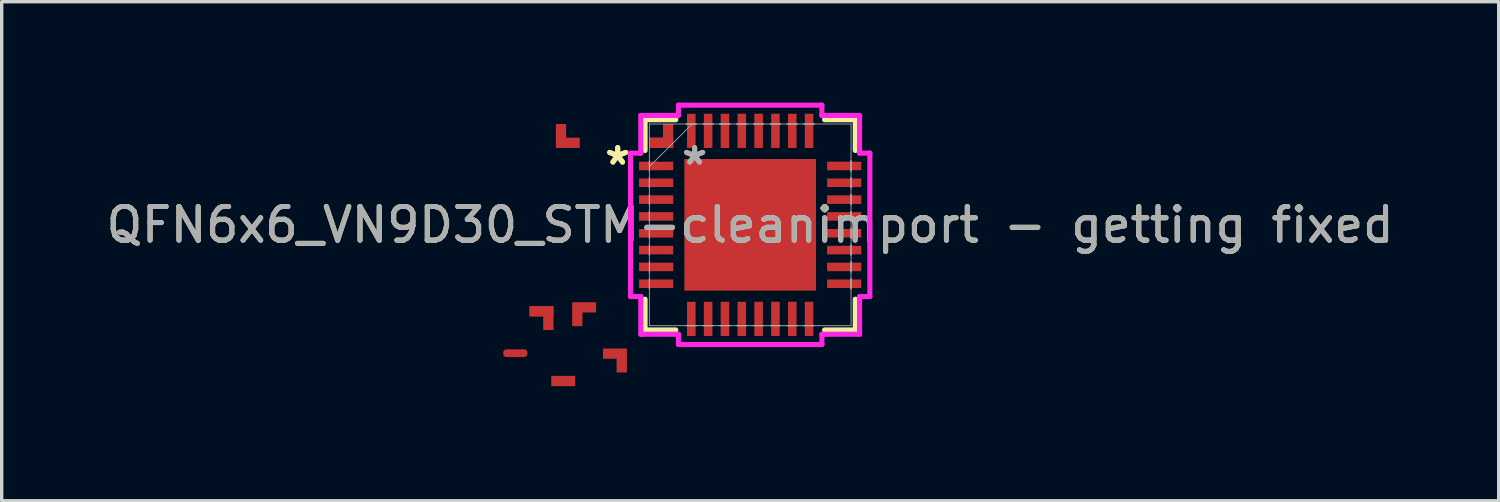
<source format=kicad_pcb>
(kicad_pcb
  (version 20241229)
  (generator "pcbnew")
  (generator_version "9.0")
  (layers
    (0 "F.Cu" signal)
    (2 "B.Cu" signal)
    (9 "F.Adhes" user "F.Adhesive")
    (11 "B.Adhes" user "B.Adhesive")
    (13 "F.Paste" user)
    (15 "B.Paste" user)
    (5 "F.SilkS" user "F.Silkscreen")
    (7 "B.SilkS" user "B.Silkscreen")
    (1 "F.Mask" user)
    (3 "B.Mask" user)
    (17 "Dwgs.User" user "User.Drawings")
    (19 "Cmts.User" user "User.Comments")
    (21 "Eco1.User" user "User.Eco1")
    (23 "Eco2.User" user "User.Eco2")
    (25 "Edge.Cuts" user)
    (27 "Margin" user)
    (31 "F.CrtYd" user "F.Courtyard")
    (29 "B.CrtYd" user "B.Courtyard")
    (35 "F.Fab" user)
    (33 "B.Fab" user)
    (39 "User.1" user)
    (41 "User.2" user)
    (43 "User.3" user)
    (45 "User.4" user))
  (footprint "QFN6x6_VN9D30_STM-cleanimport - getting fixed"
    (layer "F.Cu")
    (at 19.244 3.632)
    (property "Reference" "QFN6x6_VN9D30_STM-cleanimport - getting fixed" (at 0 0 0) (unlocked yes) (layer "F.SilkS") (effects (font (size 1 1) (thickness 0.15))))
    (attr smd)
    (fp_rect (start -7.24 3.8) (end -6.72 3.83) (stroke (width 0.2) (type default)) (fill no) (layer "F.Cu"))
    (fp_poly (pts (xy -5.845 2.415) (xy -5.845 3.126) (xy -6.15 3.126) (xy -6.15 2.72) (xy -6.556 2.72) (xy -6.556 2.415)) (stroke (width 0) (type solid)) (fill yes) (layer "F.Cu"))
    (fp_poly (pts (xy -5.775 -2.285) (xy -5.775 -2.996) (xy -5.47 -2.996) (xy -5.47 -2.59) (xy -5.064 -2.59) (xy -5.064 -2.285)) (stroke (width 0) (type solid)) (fill yes) (layer "F.Cu"))
    (fp_poly (pts (xy -5.29 2.3) (xy -5.29 3.011) (xy -4.985 3.011) (xy -4.985 2.605) (xy -4.579 2.605) (xy -4.579 2.3)) (stroke (width 0) (type solid)) (fill yes) (layer "F.Cu"))
    (fp_poly (pts (xy -3.665 3.675) (xy -3.665 4.386) (xy -3.97 4.386) (xy -3.97 3.98) (xy -4.376 3.98) (xy -4.376 3.675)) (stroke (width 0) (type solid)) (fill yes) (layer "F.Cu"))
    (fp_poly (pts (xy -2.286 -2.286) (xy -2.286 -2.997) (xy -2.591 -2.997) (xy -2.591 -2.591) (xy -2.997 -2.591) (xy -2.997 -2.286)) (stroke (width 0) (type solid)) (fill yes) (layer "F.Cu"))
    (fp_poly (pts (xy -5.845 2.415) (xy -5.845 3.126) (xy -6.15 3.126) (xy -6.15 2.72) (xy -6.556 2.72) (xy -6.556 2.415)) (stroke (width 0) (type solid)) (fill yes) (layer "F.Mask"))
    (fp_poly (pts (xy -5.2 4.489) (xy -5.2 5.2) (xy -5.505 5.2) (xy -5.505 4.794) (xy -5.911 4.794) (xy -5.911 4.489)) (stroke (width 0) (type solid)) (fill yes) (layer "F.Mask"))
    (fp_poly (pts (xy -3.665 3.675) (xy -3.665 4.386) (xy -3.97 4.386) (xy -3.97 3.98) (xy -4.376 3.98) (xy -4.376 3.675)) (stroke (width 0) (type solid)) (fill yes) (layer "F.Mask"))
    (fp_line (start -3.124 -3.124) (end -3.124 -2.21) (stroke (width 0.152) (type solid)) (layer "F.SilkS"))
    (fp_line (start -3.124 2.21) (end -3.124 3.124) (stroke (width 0.152) (type solid)) (layer "F.SilkS"))
    (fp_line (start -3.124 3.124) (end -2.21 3.124) (stroke (width 0.152) (type solid)) (layer "F.SilkS"))
    (fp_line (start -2.21 -3.124) (end -3.124 -3.124) (stroke (width 0.152) (type solid)) (layer "F.SilkS"))
    (fp_line (start 2.21 3.124) (end 3.124 3.124) (stroke (width 0.152) (type solid)) (layer "F.SilkS"))
    (fp_line (start 3.124 -3.124) (end 2.21 -3.124) (stroke (width 0.152) (type solid)) (layer "F.SilkS"))
    (fp_line (start 3.124 -2.21) (end 3.124 -3.124) (stroke (width 0.152) (type solid)) (layer "F.SilkS"))
    (fp_line (start 3.124 3.124) (end 3.124 2.21) (stroke (width 0.152) (type solid)) (layer "F.SilkS"))
    (fp_poly (pts (xy -5.845 2.415) (xy -5.845 3.126) (xy -6.15 3.126) (xy -6.15 2.72) (xy -6.556 2.72) (xy -6.556 2.415)) (stroke (width 0) (type solid)) (fill yes) (layer "F.Paste"))
    (fp_poly (pts (xy -3.665 3.675) (xy -3.665 4.386) (xy -3.97 4.386) (xy -3.97 3.98) (xy -4.376 3.98) (xy -4.376 3.675)) (stroke (width 0) (type solid)) (fill yes) (layer "F.Paste"))
    (fp_line (start -3.556 -2.131) (end -3.251 -2.131) (stroke (width 0.152) (type solid)) (layer "F.CrtYd"))
    (fp_line (start -3.556 2.131) (end -3.556 -2.131) (stroke (width 0.152) (type solid)) (layer "F.CrtYd"))
    (fp_line (start -3.251 -3.251) (end -2.131 -3.251) (stroke (width 0.152) (type solid)) (layer "F.CrtYd"))
    (fp_line (start -3.251 -2.131) (end -3.251 -3.251) (stroke (width 0.152) (type solid)) (layer "F.CrtYd"))
    (fp_line (start -3.251 2.131) (end -3.556 2.131) (stroke (width 0.152) (type solid)) (layer "F.CrtYd"))
    (fp_line (start -3.251 3.251) (end -3.251 2.131) (stroke (width 0.152) (type solid)) (layer "F.CrtYd"))
    (fp_line (start -2.131 -3.556) (end 2.131 -3.556) (stroke (width 0.152) (type solid)) (layer "F.CrtYd"))
    (fp_line (start -2.131 -3.251) (end -2.131 -3.556) (stroke (width 0.152) (type solid)) (layer "F.CrtYd"))
    (fp_line (start -2.131 3.251) (end -3.251 3.251) (stroke (width 0.152) (type solid)) (layer "F.CrtYd"))
    (fp_line (start -2.131 3.556) (end -2.131 3.251) (stroke (width 0.152) (type solid)) (layer "F.CrtYd"))
    (fp_line (start 2.131 -3.556) (end 2.131 -3.251) (stroke (width 0.152) (type solid)) (layer "F.CrtYd"))
    (fp_line (start 2.131 -3.251) (end 3.251 -3.251) (stroke (width 0.152) (type solid)) (layer "F.CrtYd"))
    (fp_line (start 2.131 3.251) (end 2.131 3.556) (stroke (width 0.152) (type solid)) (layer "F.CrtYd"))
    (fp_line (start 2.131 3.556) (end -2.131 3.556) (stroke (width 0.152) (type solid)) (layer "F.CrtYd"))
    (fp_line (start 3.251 -3.251) (end 3.251 -2.131) (stroke (width 0.152) (type solid)) (layer "F.CrtYd"))
    (fp_line (start 3.251 -2.131) (end 3.556 -2.131) (stroke (width 0.152) (type solid)) (layer "F.CrtYd"))
    (fp_line (start 3.251 2.131) (end 3.251 3.251) (stroke (width 0.152) (type solid)) (layer "F.CrtYd"))
    (fp_line (start 3.251 3.251) (end 2.131 3.251) (stroke (width 0.152) (type solid)) (layer "F.CrtYd"))
    (fp_line (start 3.556 -2.131) (end 3.556 2.131) (stroke (width 0.152) (type solid)) (layer "F.CrtYd"))
    (fp_line (start 3.556 2.131) (end 3.251 2.131) (stroke (width 0.152) (type solid)) (layer "F.CrtYd"))
    (fp_line (start -2.997 -2.997) (end -2.997 2.997) (stroke (width 0.025) (type solid)) (layer "F.Fab"))
    (fp_line (start -2.997 -1.903) (end -2.997 -1.903) (stroke (width 0.025) (type solid)) (layer "F.Fab"))
    (fp_line (start -2.997 -1.903) (end -2.997 -1.598) (stroke (width 0.025) (type solid)) (layer "F.Fab"))
    (fp_line (start -2.997 -1.727) (end -1.727 -2.997) (stroke (width 0.025) (type solid)) (layer "F.Fab"))
    (fp_line (start -2.997 -1.598) (end -2.997 -1.903) (stroke (width 0.025) (type solid)) (layer "F.Fab"))
    (fp_line (start -2.997 -1.598) (end -2.997 -1.598) (stroke (width 0.025) (type solid)) (layer "F.Fab"))
    (fp_line (start -2.997 -1.403) (end -2.997 -1.403) (stroke (width 0.025) (type solid)) (layer "F.Fab"))
    (fp_line (start -2.997 -1.403) (end -2.997 -1.098) (stroke (width 0.025) (type solid)) (layer "F.Fab"))
    (fp_line (start -2.997 -1.098) (end -2.997 -1.403) (stroke (width 0.025) (type solid)) (layer "F.Fab"))
    (fp_line (start -2.997 -1.098) (end -2.997 -1.098) (stroke (width 0.025) (type solid)) (layer "F.Fab"))
    (fp_line (start -2.997 -0.903) (end -2.997 -0.903) (stroke (width 0.025) (type solid)) (layer "F.Fab"))
    (fp_line (start -2.997 -0.903) (end -2.997 -0.598) (stroke (width 0.025) (type solid)) (layer "F.Fab"))
    (fp_line (start -2.997 -0.598) (end -2.997 -0.903) (stroke (width 0.025) (type solid)) (layer "F.Fab"))
    (fp_line (start -2.997 -0.598) (end -2.997 -0.598) (stroke (width 0.025) (type solid)) (layer "F.Fab"))
    (fp_line (start -2.997 -0.402) (end -2.997 -0.402) (stroke (width 0.025) (type solid)) (layer "F.Fab"))
    (fp_line (start -2.997 -0.402) (end -2.997 -0.098) (stroke (width 0.025) (type solid)) (layer "F.Fab"))
    (fp_line (start -2.997 -0.098) (end -2.997 -0.402) (stroke (width 0.025) (type solid)) (layer "F.Fab"))
    (fp_line (start -2.997 -0.098) (end -2.997 -0.098) (stroke (width 0.025) (type solid)) (layer "F.Fab"))
    (fp_line (start -2.997 0.098) (end -2.997 0.098) (stroke (width 0.025) (type solid)) (layer "F.Fab"))
    (fp_line (start -2.997 0.098) (end -2.997 0.402) (stroke (width 0.025) (type solid)) (layer "F.Fab"))
    (fp_line (start -2.997 0.402) (end -2.997 0.098) (stroke (width 0.025) (type solid)) (layer "F.Fab"))
    (fp_line (start -2.997 0.402) (end -2.997 0.402) (stroke (width 0.025) (type solid)) (layer "F.Fab"))
    (fp_line (start -2.997 0.598) (end -2.997 0.598) (stroke (width 0.025) (type solid)) (layer "F.Fab"))
    (fp_line (start -2.997 0.598) (end -2.997 0.903) (stroke (width 0.025) (type solid)) (layer "F.Fab"))
    (fp_line (start -2.997 0.903) (end -2.997 0.598) (stroke (width 0.025) (type solid)) (layer "F.Fab"))
    (fp_line (start -2.997 0.903) (end -2.997 0.903) (stroke (width 0.025) (type solid)) (layer "F.Fab"))
    (fp_line (start -2.997 1.098) (end -2.997 1.098) (stroke (width 0.025) (type solid)) (layer "F.Fab"))
    (fp_line (start -2.997 1.098) (end -2.997 1.403) (stroke (width 0.025) (type solid)) (layer "F.Fab"))
    (fp_line (start -2.997 1.403) (end -2.997 1.098) (stroke (width 0.025) (type solid)) (layer "F.Fab"))
    (fp_line (start -2.997 1.403) (end -2.997 1.403) (stroke (width 0.025) (type solid)) (layer "F.Fab"))
    (fp_line (start -2.997 1.598) (end -2.997 1.598) (stroke (width 0.025) (type solid)) (layer "F.Fab"))
    (fp_line (start -2.997 1.598) (end -2.997 1.903) (stroke (width 0.025) (type solid)) (layer "F.Fab"))
    (fp_line (start -2.997 1.903) (end -2.997 1.598) (stroke (width 0.025) (type solid)) (layer "F.Fab"))
    (fp_line (start -2.997 1.903) (end -2.997 1.903) (stroke (width 0.025) (type solid)) (layer "F.Fab"))
    (fp_line (start -2.997 2.997) (end 2.997 2.997) (stroke (width 0.025) (type solid)) (layer "F.Fab"))
    (fp_line (start -1.903 -2.997) (end -1.903 -2.997) (stroke (width 0.025) (type solid)) (layer "F.Fab"))
    (fp_line (start -1.903 -2.997) (end -1.598 -2.997) (stroke (width 0.025) (type solid)) (layer "F.Fab"))
    (fp_line (start -1.903 2.997) (end -1.903 2.997) (stroke (width 0.025) (type solid)) (layer "F.Fab"))
    (fp_line (start -1.903 2.997) (end -1.598 2.997) (stroke (width 0.025) (type solid)) (layer "F.Fab"))
    (fp_line (start -1.598 -2.997) (end -1.903 -2.997) (stroke (width 0.025) (type solid)) (layer "F.Fab"))
    (fp_line (start -1.598 -2.997) (end -1.598 -2.997) (stroke (width 0.025) (type solid)) (layer "F.Fab"))
    (fp_line (start -1.598 2.997) (end -1.903 2.997) (stroke (width 0.025) (type solid)) (layer "F.Fab"))
    (fp_line (start -1.598 2.997) (end -1.598 2.997) (stroke (width 0.025) (type solid)) (layer "F.Fab"))
    (fp_line (start -1.403 -2.997) (end -1.403 -2.997) (stroke (width 0.025) (type solid)) (layer "F.Fab"))
    (fp_line (start -1.403 -2.997) (end -1.098 -2.997) (stroke (width 0.025) (type solid)) (layer "F.Fab"))
    (fp_line (start -1.403 2.997) (end -1.403 2.997) (stroke (width 0.025) (type solid)) (layer "F.Fab"))
    (fp_line (start -1.403 2.997) (end -1.098 2.997) (stroke (width 0.025) (type solid)) (layer "F.Fab"))
    (fp_line (start -1.098 -2.997) (end -1.403 -2.997) (stroke (width 0.025) (type solid)) (layer "F.Fab"))
    (fp_line (start -1.098 -2.997) (end -1.098 -2.997) (stroke (width 0.025) (type solid)) (layer "F.Fab"))
    (fp_line (start -1.098 2.997) (end -1.403 2.997) (stroke (width 0.025) (type solid)) (layer "F.Fab"))
    (fp_line (start -1.098 2.997) (end -1.098 2.997) (stroke (width 0.025) (type solid)) (layer "F.Fab"))
    (fp_line (start -0.903 -2.997) (end -0.903 -2.997) (stroke (width 0.025) (type solid)) (layer "F.Fab"))
    (fp_line (start -0.903 -2.997) (end -0.598 -2.997) (stroke (width 0.025) (type solid)) (layer "F.Fab"))
    (fp_line (start -0.903 2.997) (end -0.903 2.997) (stroke (width 0.025) (type solid)) (layer "F.Fab"))
    (fp_line (start -0.903 2.997) (end -0.598 2.997) (stroke (width 0.025) (type solid)) (layer "F.Fab"))
    (fp_line (start -0.598 -2.997) (end -0.903 -2.997) (stroke (width 0.025) (type solid)) (layer "F.Fab"))
    (fp_line (start -0.598 -2.997) (end -0.598 -2.997) (stroke (width 0.025) (type solid)) (layer "F.Fab"))
    (fp_line (start -0.598 2.997) (end -0.903 2.997) (stroke (width 0.025) (type solid)) (layer "F.Fab"))
    (fp_line (start -0.598 2.997) (end -0.598 2.997) (stroke (width 0.025) (type solid)) (layer "F.Fab"))
    (fp_line (start -0.402 -2.997) (end -0.402 -2.997) (stroke (width 0.025) (type solid)) (layer "F.Fab"))
    (fp_line (start -0.402 -2.997) (end -0.098 -2.997) (stroke (width 0.025) (type solid)) (layer "F.Fab"))
    (fp_line (start -0.402 2.997) (end -0.402 2.997) (stroke (width 0.025) (type solid)) (layer "F.Fab"))
    (fp_line (start -0.402 2.997) (end -0.098 2.997) (stroke (width 0.025) (type solid)) (layer "F.Fab"))
    (fp_line (start -0.098 -2.997) (end -0.402 -2.997) (stroke (width 0.025) (type solid)) (layer "F.Fab"))
    (fp_line (start -0.098 -2.997) (end -0.098 -2.997) (stroke (width 0.025) (type solid)) (layer "F.Fab"))
    (fp_line (start -0.098 2.997) (end -0.402 2.997) (stroke (width 0.025) (type solid)) (layer "F.Fab"))
    (fp_line (start -0.098 2.997) (end -0.098 2.997) (stroke (width 0.025) (type solid)) (layer "F.Fab"))
    (fp_line (start 0.098 -2.997) (end 0.098 -2.997) (stroke (width 0.025) (type solid)) (layer "F.Fab"))
    (fp_line (start 0.098 -2.997) (end 0.402 -2.997) (stroke (width 0.025) (type solid)) (layer "F.Fab"))
    (fp_line (start 0.098 2.997) (end 0.098 2.997) (stroke (width 0.025) (type solid)) (layer "F.Fab"))
    (fp_line (start 0.098 2.997) (end 0.402 2.997) (stroke (width 0.025) (type solid)) (layer "F.Fab"))
    (fp_line (start 0.402 -2.997) (end 0.098 -2.997) (stroke (width 0.025) (type solid)) (layer "F.Fab"))
    (fp_line (start 0.402 -2.997) (end 0.402 -2.997) (stroke (width 0.025) (type solid)) (layer "F.Fab"))
    (fp_line (start 0.402 2.997) (end 0.098 2.997) (stroke (width 0.025) (type solid)) (layer "F.Fab"))
    (fp_line (start 0.402 2.997) (end 0.402 2.997) (stroke (width 0.025) (type solid)) (layer "F.Fab"))
    (fp_line (start 0.598 -2.997) (end 0.598 -2.997) (stroke (width 0.025) (type solid)) (layer "F.Fab"))
    (fp_line (start 0.598 -2.997) (end 0.903 -2.997) (stroke (width 0.025) (type solid)) (layer "F.Fab"))
    (fp_line (start 0.598 2.997) (end 0.598 2.997) (stroke (width 0.025) (type solid)) (layer "F.Fab"))
    (fp_line (start 0.598 2.997) (end 0.903 2.997) (stroke (width 0.025) (type solid)) (layer "F.Fab"))
    (fp_line (start 0.903 -2.997) (end 0.598 -2.997) (stroke (width 0.025) (type solid)) (layer "F.Fab"))
    (fp_line (start 0.903 -2.997) (end 0.903 -2.997) (stroke (width 0.025) (type solid)) (layer "F.Fab"))
    (fp_line (start 0.903 2.997) (end 0.598 2.997) (stroke (width 0.025) (type solid)) (layer "F.Fab"))
    (fp_line (start 0.903 2.997) (end 0.903 2.997) (stroke (width 0.025) (type solid)) (layer "F.Fab"))
    (fp_line (start 1.098 -2.997) (end 1.098 -2.997) (stroke (width 0.025) (type solid)) (layer "F.Fab"))
    (fp_line (start 1.098 -2.997) (end 1.403 -2.997) (stroke (width 0.025) (type solid)) (layer "F.Fab"))
    (fp_line (start 1.098 2.997) (end 1.098 2.997) (stroke (width 0.025) (type solid)) (layer "F.Fab"))
    (fp_line (start 1.098 2.997) (end 1.403 2.997) (stroke (width 0.025) (type solid)) (layer "F.Fab"))
    (fp_line (start 1.403 -2.997) (end 1.098 -2.997) (stroke (width 0.025) (type solid)) (layer "F.Fab"))
    (fp_line (start 1.403 -2.997) (end 1.403 -2.997) (stroke (width 0.025) (type solid)) (layer "F.Fab"))
    (fp_line (start 1.403 2.997) (end 1.098 2.997) (stroke (width 0.025) (type solid)) (layer "F.Fab"))
    (fp_line (start 1.403 2.997) (end 1.403 2.997) (stroke (width 0.025) (type solid)) (layer "F.Fab"))
    (fp_line (start 1.598 -2.997) (end 1.598 -2.997) (stroke (width 0.025) (type solid)) (layer "F.Fab"))
    (fp_line (start 1.598 -2.997) (end 1.903 -2.997) (stroke (width 0.025) (type solid)) (layer "F.Fab"))
    (fp_line (start 1.598 2.997) (end 1.598 2.997) (stroke (width 0.025) (type solid)) (layer "F.Fab"))
    (fp_line (start 1.598 2.997) (end 1.903 2.997) (stroke (width 0.025) (type solid)) (layer "F.Fab"))
    (fp_line (start 1.903 -2.997) (end 1.598 -2.997) (stroke (width 0.025) (type solid)) (layer "F.Fab"))
    (fp_line (start 1.903 -2.997) (end 1.903 -2.997) (stroke (width 0.025) (type solid)) (layer "F.Fab"))
    (fp_line (start 1.903 2.997) (end 1.598 2.997) (stroke (width 0.025) (type solid)) (layer "F.Fab"))
    (fp_line (start 1.903 2.997) (end 1.903 2.997) (stroke (width 0.025) (type solid)) (layer "F.Fab"))
    (fp_line (start 2.997 -2.997) (end -2.997 -2.997) (stroke (width 0.025) (type solid)) (layer "F.Fab"))
    (fp_line (start 2.997 -1.903) (end 2.997 -1.903) (stroke (width 0.025) (type solid)) (layer "F.Fab"))
    (fp_line (start 2.997 -1.903) (end 2.997 -1.598) (stroke (width 0.025) (type solid)) (layer "F.Fab"))
    (fp_line (start 2.997 -1.598) (end 2.997 -1.903) (stroke (width 0.025) (type solid)) (layer "F.Fab"))
    (fp_line (start 2.997 -1.598) (end 2.997 -1.598) (stroke (width 0.025) (type solid)) (layer "F.Fab"))
    (fp_line (start 2.997 -1.403) (end 2.997 -1.403) (stroke (width 0.025) (type solid)) (layer "F.Fab"))
    (fp_line (start 2.997 -1.403) (end 2.997 -1.098) (stroke (width 0.025) (type solid)) (layer "F.Fab"))
    (fp_line (start 2.997 -1.098) (end 2.997 -1.403) (stroke (width 0.025) (type solid)) (layer "F.Fab"))
    (fp_line (start 2.997 -1.098) (end 2.997 -1.098) (stroke (width 0.025) (type solid)) (layer "F.Fab"))
    (fp_line (start 2.997 -0.903) (end 2.997 -0.903) (stroke (width 0.025) (type solid)) (layer "F.Fab"))
    (fp_line (start 2.997 -0.903) (end 2.997 -0.598) (stroke (width 0.025) (type solid)) (layer "F.Fab"))
    (fp_line (start 2.997 -0.598) (end 2.997 -0.903) (stroke (width 0.025) (type solid)) (layer "F.Fab"))
    (fp_line (start 2.997 -0.598) (end 2.997 -0.598) (stroke (width 0.025) (type solid)) (layer "F.Fab"))
    (fp_line (start 2.997 -0.402) (end 2.997 -0.402) (stroke (width 0.025) (type solid)) (layer "F.Fab"))
    (fp_line (start 2.997 -0.402) (end 2.997 -0.098) (stroke (width 0.025) (type solid)) (layer "F.Fab"))
    (fp_line (start 2.997 -0.098) (end 2.997 -0.402) (stroke (width 0.025) (type solid)) (layer "F.Fab"))
    (fp_line (start 2.997 -0.098) (end 2.997 -0.098) (stroke (width 0.025) (type solid)) (layer "F.Fab"))
    (fp_line (start 2.997 0.098) (end 2.997 0.098) (stroke (width 0.025) (type solid)) (layer "F.Fab"))
    (fp_line (start 2.997 0.098) (end 2.997 0.402) (stroke (width 0.025) (type solid)) (layer "F.Fab"))
    (fp_line (start 2.997 0.402) (end 2.997 0.098) (stroke (width 0.025) (type solid)) (layer "F.Fab"))
    (fp_line (start 2.997 0.402) (end 2.997 0.402) (stroke (width 0.025) (type solid)) (layer "F.Fab"))
    (fp_line (start 2.997 0.598) (end 2.997 0.598) (stroke (width 0.025) (type solid)) (layer "F.Fab"))
    (fp_line (start 2.997 0.598) (end 2.997 0.903) (stroke (width 0.025) (type solid)) (layer "F.Fab"))
    (fp_line (start 2.997 0.903) (end 2.997 0.598) (stroke (width 0.025) (type solid)) (layer "F.Fab"))
    (fp_line (start 2.997 0.903) (end 2.997 0.903) (stroke (width 0.025) (type solid)) (layer "F.Fab"))
    (fp_line (start 2.997 1.098) (end 2.997 1.098) (stroke (width 0.025) (type solid)) (layer "F.Fab"))
    (fp_line (start 2.997 1.098) (end 2.997 1.403) (stroke (width 0.025) (type solid)) (layer "F.Fab"))
    (fp_line (start 2.997 1.403) (end 2.997 1.098) (stroke (width 0.025) (type solid)) (layer "F.Fab"))
    (fp_line (start 2.997 1.403) (end 2.997 1.403) (stroke (width 0.025) (type solid)) (layer "F.Fab"))
    (fp_line (start 2.997 1.598) (end 2.997 1.598) (stroke (width 0.025) (type solid)) (layer "F.Fab"))
    (fp_line (start 2.997 1.598) (end 2.997 1.903) (stroke (width 0.025) (type solid)) (layer "F.Fab"))
    (fp_line (start 2.997 1.903) (end 2.997 1.598) (stroke (width 0.025) (type solid)) (layer "F.Fab"))
    (fp_line (start 2.997 1.903) (end 2.997 1.903) (stroke (width 0.025) (type solid)) (layer "F.Fab"))
    (fp_line (start 2.997 2.997) (end 2.997 -2.997) (stroke (width 0.025) (type solid)) (layer "F.Fab"))
    (fp_text user "*" (at -3.937 -1.75 0) (unlocked yes) (layer "F.SilkS") (effects (font (size 1 1) (thickness 0.15))))
    (fp_text user "*" (at -3.937 -1.75 0) (layer "F.SilkS") (effects (font (size 1 1) (thickness 0.15))))
    (fp_text user "${REFERENCE}" (at 0 0 0) (unlocked yes) (layer "F.Fab") (effects (font (size 1 1) (thickness 0.15))))
    (fp_text user "*" (at -1.651 -1.75 0) (unlocked yes) (layer "F.Fab") (effects (font (size 1 1) (thickness 0.15))))
    (fp_text user "*" (at -1.651 -1.75 0) (layer "F.Fab") (effects (font (size 1 1) (thickness 0.15))))
    (pad "1" smd rect (at -2.794 -1.75 90) (size 0.254 1.016) (layers "F.Cu" "F.Mask" "F.Paste"))
    (pad "2" smd rect (at -2.794 -1.25 90) (size 0.254 1.016) (layers "F.Cu" "F.Mask" "F.Paste"))
    (pad "3" smd rect (at -2.794 -0.75 90) (size 0.254 1.016) (layers "F.Cu" "F.Mask" "F.Paste"))
    (pad "4" smd rect (at -2.794 -0.25 90) (size 0.254 1.016) (layers "F.Cu" "F.Mask" "F.Paste"))
    (pad "5" smd rect (at -2.794 0.25 90) (size 0.254 1.016) (layers "F.Cu" "F.Mask" "F.Paste"))
    (pad "6" smd rect (at -2.794 0.75 90) (size 0.254 1.016) (layers "F.Cu" "F.Mask" "F.Paste"))
    (pad "7" smd rect (at -2.794 1.25 90) (size 0.254 1.016) (layers "F.Cu" "F.Mask" "F.Paste"))
    (pad "8" smd rect (at -2.794 1.75 90) (size 0.254 1.016) (layers "F.Cu" "F.Mask" "F.Paste"))
    (pad "9" smd rect (at -1.75 2.794) (size 0.254 1.016) (layers "F.Cu" "F.Mask" "F.Paste"))
    (pad "10" smd rect (at -1.25 2.794) (size 0.254 1.016) (layers "F.Cu" "F.Mask" "F.Paste"))
    (pad "11" smd rect (at -0.75 2.794) (size 0.254 1.016) (layers "F.Cu" "F.Mask" "F.Paste"))
    (pad "12" smd rect (at -0.25 2.794) (size 0.254 1.016) (layers "F.Cu" "F.Mask" "F.Paste"))
    (pad "13" smd rect (at 0.25 2.794) (size 0.254 1.016) (layers "F.Cu" "F.Mask" "F.Paste"))
    (pad "14" smd rect (at 0.75 2.794) (size 0.254 1.016) (layers "F.Cu" "F.Mask" "F.Paste"))
    (pad "15" smd rect (at 1.25 2.794) (size 0.254 1.016) (layers "F.Cu" "F.Mask" "F.Paste"))
    (pad "16" smd rect (at 1.75 2.794) (size 0.254 1.016) (layers "F.Cu" "F.Mask" "F.Paste"))
    (pad "17" smd rect (at 2.794 1.75 90) (size 0.254 1.016) (layers "F.Cu" "F.Mask" "F.Paste"))
    (pad "18" smd rect (at 2.794 1.25 90) (size 0.254 1.016) (layers "F.Cu" "F.Mask" "F.Paste"))
    (pad "19" smd rect (at 2.794 0.75 90) (size 0.254 1.016) (layers "F.Cu" "F.Mask" "F.Paste"))
    (pad "20" smd rect (at 2.794 0.25 90) (size 0.254 1.016) (layers "F.Cu" "F.Mask" "F.Paste"))
    (pad "21" smd rect (at 2.794 -0.25 90) (size 0.254 1.016) (layers "F.Cu" "F.Mask" "F.Paste"))
    (pad "22" smd rect (at 2.794 -0.75 90) (size 0.254 1.016) (layers "F.Cu" "F.Mask" "F.Paste"))
    (pad "23" smd rect (at 2.794 -1.25 90) (size 0.254 1.016) (layers "F.Cu" "F.Mask" "F.Paste"))
    (pad "24" smd rect (at 2.794 -1.75 90) (size 0.254 1.016) (layers "F.Cu" "F.Mask" "F.Paste"))
    (pad "25" smd rect (at 1.75 -2.794) (size 0.254 1.016) (layers "F.Cu" "F.Mask" "F.Paste"))
    (pad "26" smd rect (at 1.25 -2.794) (size 0.254 1.016) (layers "F.Cu" "F.Mask" "F.Paste"))
    (pad "27" smd rect (at 0.75 -2.794) (size 0.254 1.016) (layers "F.Cu" "F.Mask" "F.Paste"))
    (pad "28" smd rect (at 0.25 -2.794) (size 0.254 1.016) (layers "F.Cu" "F.Mask" "F.Paste"))
    (pad "29" smd rect (at -0.25 -2.794) (size 0.254 1.016) (layers "F.Cu" "F.Mask" "F.Paste"))
    (pad "30" smd rect (at -0.75 -2.794) (size 0.254 1.016) (layers "F.Cu" "F.Mask" "F.Paste"))
    (pad "31" smd rect (at -1.25 -2.794) (size 0.254 1.016) (layers "F.Cu" "F.Mask" "F.Paste"))
    (pad "32" smd rect (at -1.75 -2.794) (size 0.254 1.016) (layers "F.Cu" "F.Mask" "F.Paste"))
    (pad "33" smd rect (at -2.642 -2.438) (size 0.711 0.305) (layers "F.Cu" "F.Mask"))
    (pad "34" smd custom (at -4.021 3.828) (size 0.2 0.2) (layers "F.Cu" "F.Mask") (options (anchor circle)) (primitives))
    (pad "35" smd rect (at -6.201 2.568) (size 0.711 0.305) (layers "F.Cu" "F.Mask"))
    (pad "36" smd rect (at -5.556 4.641) (size 0.711 0.305) (layers "F.Cu" "F.Mask"))
    (pad "37" smd rect (at 0 0) (size 3.912 3.912) (layers "F.Cu" "F.Paste")))
  (gr_rect
    (start -3 -3)
    (end 41.488 11.832)
    (stroke (width 0.1) (type default))
    (fill no)
    (layer "Edge.Cuts")))
</source>
